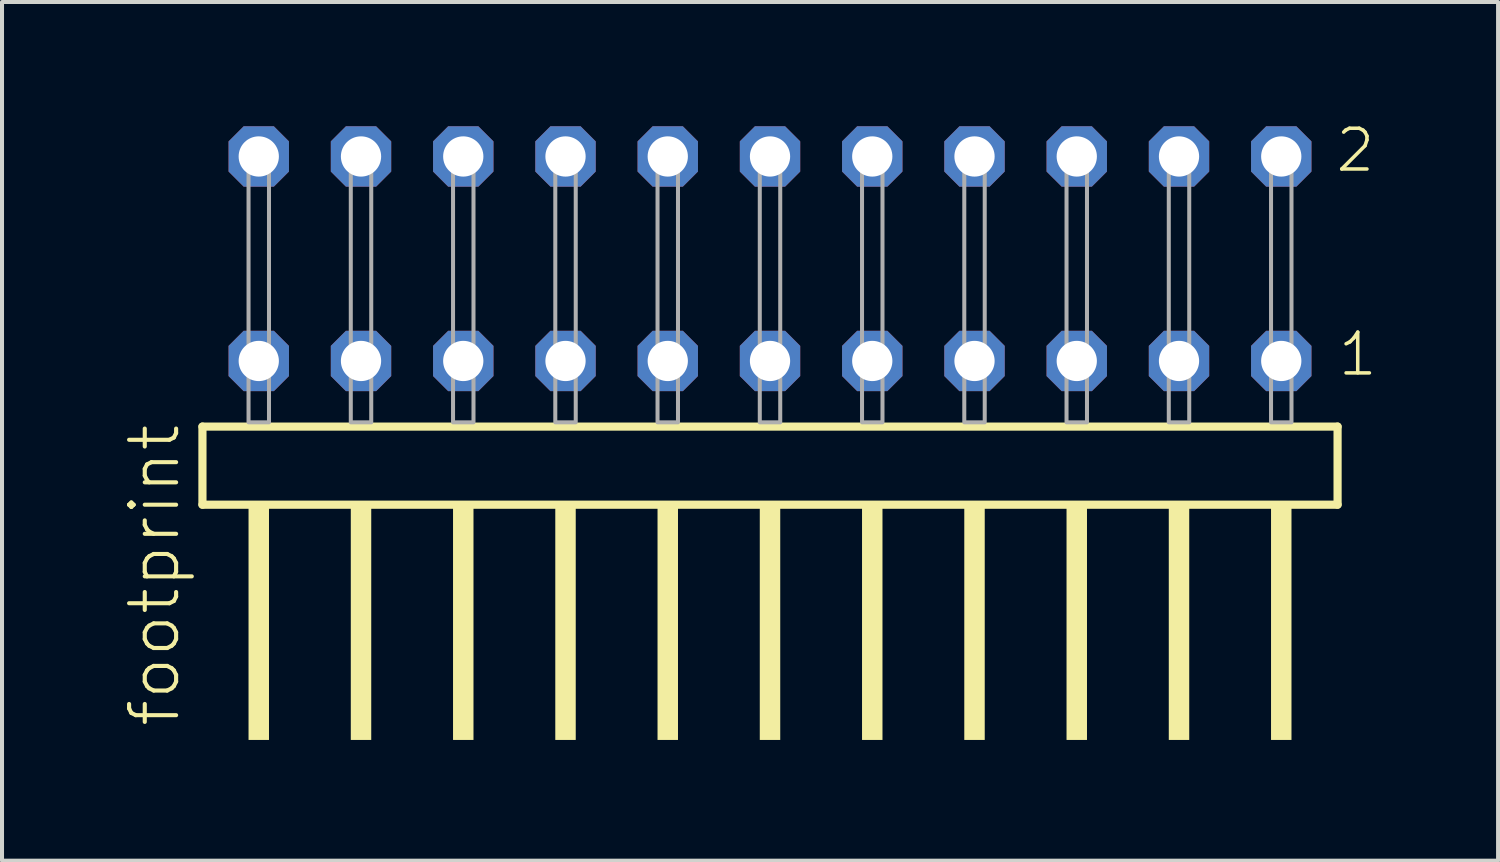
<source format=kicad_pcb>
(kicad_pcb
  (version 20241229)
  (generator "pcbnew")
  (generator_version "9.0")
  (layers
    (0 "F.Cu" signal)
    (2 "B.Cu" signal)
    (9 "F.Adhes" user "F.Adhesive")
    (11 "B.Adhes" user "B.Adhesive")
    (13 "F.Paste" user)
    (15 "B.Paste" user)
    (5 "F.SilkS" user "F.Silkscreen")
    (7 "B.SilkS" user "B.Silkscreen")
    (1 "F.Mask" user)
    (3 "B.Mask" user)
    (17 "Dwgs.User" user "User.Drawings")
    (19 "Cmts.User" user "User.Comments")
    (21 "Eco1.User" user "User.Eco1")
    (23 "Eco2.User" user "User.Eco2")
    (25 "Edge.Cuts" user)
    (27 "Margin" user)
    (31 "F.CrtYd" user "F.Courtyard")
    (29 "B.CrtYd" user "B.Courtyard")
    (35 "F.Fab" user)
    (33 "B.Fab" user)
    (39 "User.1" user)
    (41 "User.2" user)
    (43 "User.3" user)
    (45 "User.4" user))
  (footprint "footprint"
    (layer "F.Cu")
    (at 16.078 7.441)
    (property "Reference" "footprint" (at -14.605 7.62 90) (layer "F.SilkS") (effects (font (size 1.168 1.168) (thickness 0.102)) (justify left bottom)))
    (fp_line (start -14.099 0.106) (end -14.099 2.046) (stroke (width 0.203) (type solid)) (layer "F.SilkS"))
    (fp_line (start -14.099 2.046) (end 14.099 2.046) (stroke (width 0.203) (type solid)) (layer "F.SilkS"))
    (fp_line (start 14.099 0.106) (end -14.099 0.106) (stroke (width 0.203) (type solid)) (layer "F.SilkS"))
    (fp_line (start 14.099 2.046) (end 14.099 0.106) (stroke (width 0.203) (type solid)) (layer "F.SilkS"))
    (fp_poly (pts (xy -12.954 7.89) (xy -12.446 7.89) (xy -12.446 2.04) (xy -12.954 2.04)) (stroke (width 0) (type solid)) (fill yes) (layer "F.SilkS"))
    (fp_poly (pts (xy -10.414 7.89) (xy -9.906 7.89) (xy -9.906 2.04) (xy -10.414 2.04)) (stroke (width 0) (type solid)) (fill yes) (layer "F.SilkS"))
    (fp_poly (pts (xy -7.874 7.89) (xy -7.366 7.89) (xy -7.366 2.04) (xy -7.874 2.04)) (stroke (width 0) (type solid)) (fill yes) (layer "F.SilkS"))
    (fp_poly (pts (xy -5.334 7.89) (xy -4.826 7.89) (xy -4.826 2.04) (xy -5.334 2.04)) (stroke (width 0) (type solid)) (fill yes) (layer "F.SilkS"))
    (fp_poly (pts (xy -2.794 7.89) (xy -2.286 7.89) (xy -2.286 2.04) (xy -2.794 2.04)) (stroke (width 0) (type solid)) (fill yes) (layer "F.SilkS"))
    (fp_poly (pts (xy -0.254 7.89) (xy 0.254 7.89) (xy 0.254 2.04) (xy -0.254 2.04)) (stroke (width 0) (type solid)) (fill yes) (layer "F.SilkS"))
    (fp_poly (pts (xy 2.286 7.89) (xy 2.794 7.89) (xy 2.794 2.04) (xy 2.286 2.04)) (stroke (width 0) (type solid)) (fill yes) (layer "F.SilkS"))
    (fp_poly (pts (xy 4.826 7.89) (xy 5.334 7.89) (xy 5.334 2.04) (xy 4.826 2.04)) (stroke (width 0) (type solid)) (fill yes) (layer "F.SilkS"))
    (fp_poly (pts (xy 7.366 7.89) (xy 7.874 7.89) (xy 7.874 2.04) (xy 7.366 2.04)) (stroke (width 0) (type solid)) (fill yes) (layer "F.SilkS"))
    (fp_poly (pts (xy 9.906 7.89) (xy 10.414 7.89) (xy 10.414 2.04) (xy 9.906 2.04)) (stroke (width 0) (type solid)) (fill yes) (layer "F.SilkS"))
    (fp_poly (pts (xy 12.446 7.89) (xy 12.954 7.89) (xy 12.954 2.04) (xy 12.446 2.04)) (stroke (width 0) (type solid)) (fill yes) (layer "F.SilkS"))
    (fp_poly (pts (xy -12.954 0) (xy -12.446 0) (xy -12.446 -6.858) (xy -12.954 -6.858)) (stroke (width 0.1) (type solid)) (fill no) (layer "F.Fab"))
    (fp_poly (pts (xy -10.414 0) (xy -9.906 0) (xy -9.906 -6.858) (xy -10.414 -6.858)) (stroke (width 0.1) (type solid)) (fill no) (layer "F.Fab"))
    (fp_poly (pts (xy -7.874 0) (xy -7.366 0) (xy -7.366 -6.858) (xy -7.874 -6.858)) (stroke (width 0.1) (type solid)) (fill no) (layer "F.Fab"))
    (fp_poly (pts (xy -5.334 0) (xy -4.826 0) (xy -4.826 -6.858) (xy -5.334 -6.858)) (stroke (width 0.1) (type solid)) (fill no) (layer "F.Fab"))
    (fp_poly (pts (xy -2.794 0) (xy -2.286 0) (xy -2.286 -6.858) (xy -2.794 -6.858)) (stroke (width 0.1) (type solid)) (fill no) (layer "F.Fab"))
    (fp_poly (pts (xy -0.254 0) (xy 0.254 0) (xy 0.254 -6.858) (xy -0.254 -6.858)) (stroke (width 0.1) (type solid)) (fill no) (layer "F.Fab"))
    (fp_poly (pts (xy 2.286 0) (xy 2.794 0) (xy 2.794 -6.858) (xy 2.286 -6.858)) (stroke (width 0.1) (type solid)) (fill no) (layer "F.Fab"))
    (fp_poly (pts (xy 4.826 0) (xy 5.334 0) (xy 5.334 -6.858) (xy 4.826 -6.858)) (stroke (width 0.1) (type solid)) (fill no) (layer "F.Fab"))
    (fp_poly (pts (xy 7.366 0) (xy 7.874 0) (xy 7.874 -6.858) (xy 7.366 -6.858)) (stroke (width 0.1) (type solid)) (fill no) (layer "F.Fab"))
    (fp_poly (pts (xy 9.906 0) (xy 10.414 0) (xy 10.414 -6.858) (xy 9.906 -6.858)) (stroke (width 0.1) (type solid)) (fill no) (layer "F.Fab"))
    (fp_poly (pts (xy 12.446 0) (xy 12.954 0) (xy 12.954 -6.858) (xy 12.446 -6.858)) (stroke (width 0.1) (type solid)) (fill no) (layer "F.Fab"))
    (fp_text user "2" (at 14 -6.165 0) (layer "F.SilkS") (effects (font (size 1.012 1.012) (thickness 0.088)) (justify left bottom)))
    (fp_text user "1" (at 14.06 -1.1 0) (layer "F.SilkS") (effects (font (size 1.012 1.012) (thickness 0.088)) (justify left bottom)))
    (pad "1" thru_hole roundrect (at 12.7 -1.524 180) (size 1.5 1.5) (drill 1) (layers "*.Cu" "*.Mask") (roundrect_rratio 0.25) (chamfer_ratio 0.25) (chamfer top_left top_right bottom_left bottom_right))
    (pad "2" thru_hole roundrect (at 12.7 -6.604 180) (size 1.5 1.5) (drill 1) (layers "*.Cu" "*.Mask") (roundrect_rratio 0.25) (chamfer_ratio 0.25) (chamfer top_left top_right bottom_left bottom_right))
    (pad "3" thru_hole roundrect (at 10.16 -1.524 180) (size 1.5 1.5) (drill 1) (layers "*.Cu" "*.Mask") (roundrect_rratio 0.25) (chamfer_ratio 0.25) (chamfer top_left top_right bottom_left bottom_right))
    (pad "4" thru_hole roundrect (at 10.16 -6.604 180) (size 1.5 1.5) (drill 1) (layers "*.Cu" "*.Mask") (roundrect_rratio 0.25) (chamfer_ratio 0.25) (chamfer top_left top_right bottom_left bottom_right))
    (pad "5" thru_hole roundrect (at 7.62 -1.524 180) (size 1.5 1.5) (drill 1) (layers "*.Cu" "*.Mask") (roundrect_rratio 0.25) (chamfer_ratio 0.25) (chamfer top_left top_right bottom_left bottom_right))
    (pad "6" thru_hole roundrect (at 7.62 -6.604 180) (size 1.5 1.5) (drill 1) (layers "*.Cu" "*.Mask") (roundrect_rratio 0.25) (chamfer_ratio 0.25) (chamfer top_left top_right bottom_left bottom_right))
    (pad "7" thru_hole roundrect (at 5.08 -1.524 180) (size 1.5 1.5) (drill 1) (layers "*.Cu" "*.Mask") (roundrect_rratio 0.25) (chamfer_ratio 0.25) (chamfer top_left top_right bottom_left bottom_right))
    (pad "8" thru_hole roundrect (at 5.08 -6.604 180) (size 1.5 1.5) (drill 1) (layers "*.Cu" "*.Mask") (roundrect_rratio 0.25) (chamfer_ratio 0.25) (chamfer top_left top_right bottom_left bottom_right))
    (pad "9" thru_hole roundrect (at 2.54 -1.524 180) (size 1.5 1.5) (drill 1) (layers "*.Cu" "*.Mask") (roundrect_rratio 0.25) (chamfer_ratio 0.25) (chamfer top_left top_right bottom_left bottom_right))
    (pad "10" thru_hole roundrect (at 2.54 -6.604 180) (size 1.5 1.5) (drill 1) (layers "*.Cu" "*.Mask") (roundrect_rratio 0.25) (chamfer_ratio 0.25) (chamfer top_left top_right bottom_left bottom_right))
    (pad "11" thru_hole roundrect (at 0 -1.524 180) (size 1.5 1.5) (drill 1) (layers "*.Cu" "*.Mask") (roundrect_rratio 0.25) (chamfer_ratio 0.25) (chamfer top_left top_right bottom_left bottom_right))
    (pad "12" thru_hole roundrect (at 0 -6.604 180) (size 1.5 1.5) (drill 1) (layers "*.Cu" "*.Mask") (roundrect_rratio 0.25) (chamfer_ratio 0.25) (chamfer top_left top_right bottom_left bottom_right))
    (pad "13" thru_hole roundrect (at -2.54 -1.524 180) (size 1.5 1.5) (drill 1) (layers "*.Cu" "*.Mask") (roundrect_rratio 0.25) (chamfer_ratio 0.25) (chamfer top_left top_right bottom_left bottom_right))
    (pad "14" thru_hole roundrect (at -2.54 -6.604 180) (size 1.5 1.5) (drill 1) (layers "*.Cu" "*.Mask") (roundrect_rratio 0.25) (chamfer_ratio 0.25) (chamfer top_left top_right bottom_left bottom_right))
    (pad "15" thru_hole roundrect (at -5.08 -1.524 180) (size 1.5 1.5) (drill 1) (layers "*.Cu" "*.Mask") (roundrect_rratio 0.25) (chamfer_ratio 0.25) (chamfer top_left top_right bottom_left bottom_right))
    (pad "16" thru_hole roundrect (at -5.08 -6.604 180) (size 1.5 1.5) (drill 1) (layers "*.Cu" "*.Mask") (roundrect_rratio 0.25) (chamfer_ratio 0.25) (chamfer top_left top_right bottom_left bottom_right))
    (pad "17" thru_hole roundrect (at -7.62 -1.524 180) (size 1.5 1.5) (drill 1) (layers "*.Cu" "*.Mask") (roundrect_rratio 0.25) (chamfer_ratio 0.25) (chamfer top_left top_right bottom_left bottom_right))
    (pad "18" thru_hole roundrect (at -7.62 -6.604 180) (size 1.5 1.5) (drill 1) (layers "*.Cu" "*.Mask") (roundrect_rratio 0.25) (chamfer_ratio 0.25) (chamfer top_left top_right bottom_left bottom_right))
    (pad "19" thru_hole roundrect (at -10.16 -1.524 180) (size 1.5 1.5) (drill 1) (layers "*.Cu" "*.Mask") (roundrect_rratio 0.25) (chamfer_ratio 0.25) (chamfer top_left top_right bottom_left bottom_right))
    (pad "20" thru_hole roundrect (at -10.16 -6.604 180) (size 1.5 1.5) (drill 1) (layers "*.Cu" "*.Mask") (roundrect_rratio 0.25) (chamfer_ratio 0.25) (chamfer top_left top_right bottom_left bottom_right))
    (pad "21" thru_hole roundrect (at -12.7 -1.524 180) (size 1.5 1.5) (drill 1) (layers "*.Cu" "*.Mask") (roundrect_rratio 0.25) (chamfer_ratio 0.25) (chamfer top_left top_right bottom_left bottom_right))
    (pad "22" thru_hole roundrect (at -12.7 -6.604 180) (size 1.5 1.5) (drill 1) (layers "*.Cu" "*.Mask") (roundrect_rratio 0.25) (chamfer_ratio 0.25) (chamfer top_left top_right bottom_left bottom_right)))
  (gr_rect
    (start -3 -3)
    (end 34.164 18.331)
    (stroke (width 0.1) (type default))
    (fill no)
    (layer "Edge.Cuts")))
</source>
